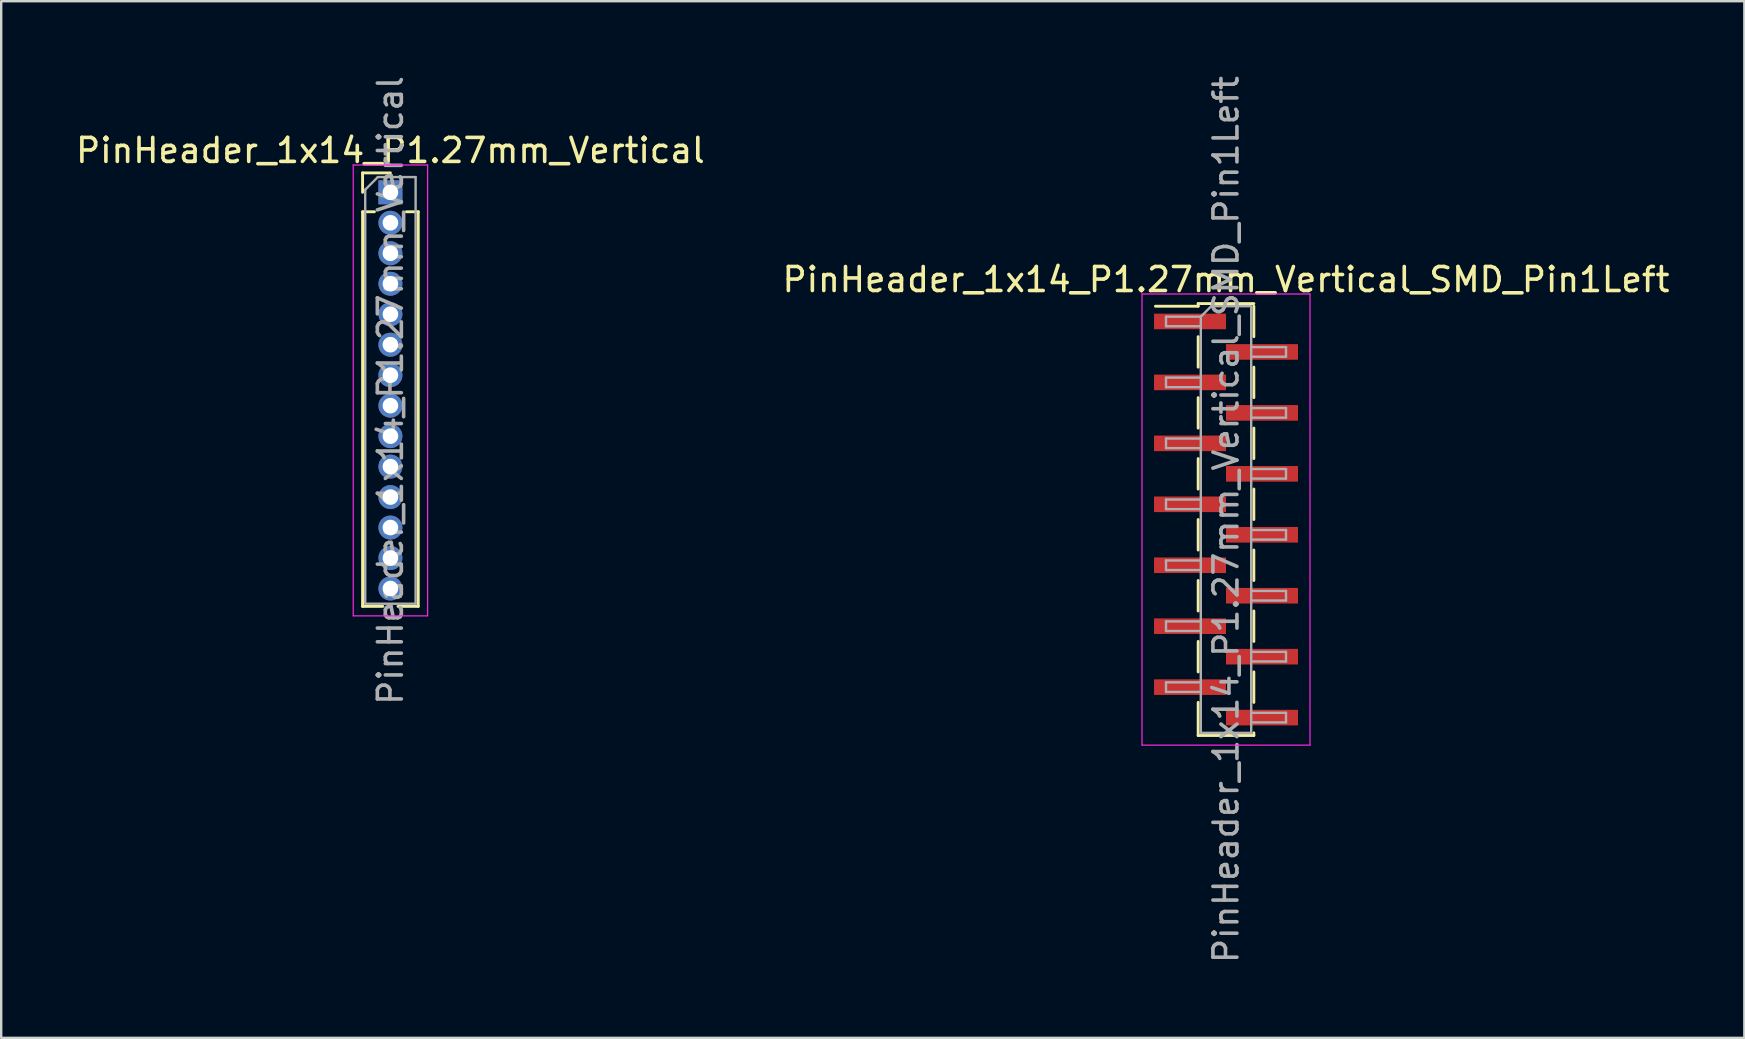
<source format=kicad_pcb>
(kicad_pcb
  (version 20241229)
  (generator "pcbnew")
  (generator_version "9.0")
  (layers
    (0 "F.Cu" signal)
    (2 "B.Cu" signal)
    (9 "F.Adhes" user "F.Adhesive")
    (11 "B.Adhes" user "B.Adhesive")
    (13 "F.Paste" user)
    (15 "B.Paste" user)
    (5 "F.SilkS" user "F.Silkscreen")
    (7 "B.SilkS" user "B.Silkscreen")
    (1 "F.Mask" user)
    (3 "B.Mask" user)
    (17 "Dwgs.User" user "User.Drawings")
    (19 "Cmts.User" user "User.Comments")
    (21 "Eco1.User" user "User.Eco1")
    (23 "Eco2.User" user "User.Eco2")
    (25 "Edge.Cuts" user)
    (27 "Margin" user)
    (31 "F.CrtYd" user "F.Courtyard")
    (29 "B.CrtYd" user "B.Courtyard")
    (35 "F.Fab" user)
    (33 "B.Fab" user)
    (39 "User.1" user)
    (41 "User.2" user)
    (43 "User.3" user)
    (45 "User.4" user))
  (footprint "PinHeader_1x14_P1.27mm_Vertical"
    (layer "F.Cu")
    (at 13.22 4.965)
    (property "Reference" "PinHeader_1x14_P1.27mm_Vertical" (at 0 -1.745 0) (layer "F.SilkS") (effects (font (size 1 1) (thickness 0.15))))
    (attr through_hole)
    (fp_line (start -1.16 -0.81) (end 0 -0.81) (stroke (width 0.12) (type solid)) (layer "F.SilkS"))
    (fp_line (start -1.16 0) (end -1.16 -0.81) (stroke (width 0.12) (type solid)) (layer "F.SilkS"))
    (fp_line (start -1.16 0.81) (end -1.16 17.255) (stroke (width 0.12) (type solid)) (layer "F.SilkS"))
    (fp_line (start -1.16 0.81) (end -0.667 0.81) (stroke (width 0.12) (type solid)) (layer "F.SilkS"))
    (fp_line (start -1.16 17.255) (end -0.318 17.255) (stroke (width 0.12) (type solid)) (layer "F.SilkS"))
    (fp_line (start 0.318 17.255) (end 1.16 17.255) (stroke (width 0.12) (type solid)) (layer "F.SilkS"))
    (fp_line (start 0.667 0.81) (end 1.16 0.81) (stroke (width 0.12) (type solid)) (layer "F.SilkS"))
    (fp_line (start 1.16 0.81) (end 1.16 17.255) (stroke (width 0.12) (type solid)) (layer "F.SilkS"))
    (fp_line (start -1.55 -1.14) (end -1.55 17.65) (stroke (width 0.05) (type solid)) (layer "F.CrtYd"))
    (fp_line (start -1.55 17.65) (end 1.55 17.65) (stroke (width 0.05) (type solid)) (layer "F.CrtYd"))
    (fp_line (start 1.55 -1.14) (end -1.55 -1.14) (stroke (width 0.05) (type solid)) (layer "F.CrtYd"))
    (fp_line (start 1.55 17.65) (end 1.55 -1.14) (stroke (width 0.05) (type solid)) (layer "F.CrtYd"))
    (fp_line (start -1.05 -0.11) (end -0.525 -0.635) (stroke (width 0.1) (type solid)) (layer "F.Fab"))
    (fp_line (start -1.05 17.145) (end -1.05 -0.11) (stroke (width 0.1) (type solid)) (layer "F.Fab"))
    (fp_line (start -0.525 -0.635) (end 1.05 -0.635) (stroke (width 0.1) (type solid)) (layer "F.Fab"))
    (fp_line (start 1.05 -0.635) (end 1.05 17.145) (stroke (width 0.1) (type solid)) (layer "F.Fab"))
    (fp_line (start 1.05 17.145) (end -1.05 17.145) (stroke (width 0.1) (type solid)) (layer "F.Fab"))
    (fp_text user "${REFERENCE}" (at 0 8.255 90) (layer "F.Fab") (effects (font (size 1 1) (thickness 0.15))))
    (pad "1" thru_hole rect (at 0 0) (size 1 1) (drill 0.65) (layers "*.Cu" "*.Mask"))
    (pad "2" thru_hole circle (at 0 1.27) (size 1 1) (drill 0.65) (layers "*.Cu" "*.Mask"))
    (pad "3" thru_hole circle (at 0 2.54) (size 1 1) (drill 0.65) (layers "*.Cu" "*.Mask"))
    (pad "4" thru_hole circle (at 0 3.81) (size 1 1) (drill 0.65) (layers "*.Cu" "*.Mask"))
    (pad "5" thru_hole circle (at 0 5.08) (size 1 1) (drill 0.65) (layers "*.Cu" "*.Mask"))
    (pad "6" thru_hole circle (at 0 6.35) (size 1 1) (drill 0.65) (layers "*.Cu" "*.Mask"))
    (pad "7" thru_hole circle (at 0 7.62) (size 1 1) (drill 0.65) (layers "*.Cu" "*.Mask"))
    (pad "8" thru_hole circle (at 0 8.89) (size 1 1) (drill 0.65) (layers "*.Cu" "*.Mask"))
    (pad "9" thru_hole circle (at 0 10.16) (size 1 1) (drill 0.65) (layers "*.Cu" "*.Mask"))
    (pad "10" thru_hole circle (at 0 11.43) (size 1 1) (drill 0.65) (layers "*.Cu" "*.Mask"))
    (pad "11" thru_hole circle (at 0 12.7) (size 1 1) (drill 0.65) (layers "*.Cu" "*.Mask"))
    (pad "12" thru_hole circle (at 0 13.97) (size 1 1) (drill 0.65) (layers "*.Cu" "*.Mask"))
    (pad "13" thru_hole circle (at 0 15.24) (size 1 1) (drill 0.65) (layers "*.Cu" "*.Mask"))
    (pad "14" thru_hole circle (at 0 16.51) (size 1 1) (drill 0.65) (layers "*.Cu" "*.Mask")))
  (footprint "PinHeader_1x14_P1.27mm_Vertical_SMD_Pin1Left"
    (layer "F.Cu")
    (at 48.042 18.601)
    (property "Reference" "PinHeader_1x14_P1.27mm_Vertical_SMD_Pin1Left" (at 0 -10 0) (layer "F.SilkS") (effects (font (size 1 1) (thickness 0.15))))
    (attr smd)
    (fp_line (start -1.16 -9) (end -1.16 -8.89) (stroke (width 0.12) (type solid)) (layer "F.SilkS"))
    (fp_line (start -1.16 -9) (end 1.16 -9) (stroke (width 0.12) (type solid)) (layer "F.SilkS"))
    (fp_line (start -1.16 -8.89) (end -2.94 -8.89) (stroke (width 0.12) (type solid)) (layer "F.SilkS"))
    (fp_line (start -1.16 -7.62) (end -1.16 -6.35) (stroke (width 0.12) (type solid)) (layer "F.SilkS"))
    (fp_line (start -1.16 -5.08) (end -1.16 -3.81) (stroke (width 0.12) (type solid)) (layer "F.SilkS"))
    (fp_line (start -1.16 -2.54) (end -1.16 -1.27) (stroke (width 0.12) (type solid)) (layer "F.SilkS"))
    (fp_line (start -1.16 0) (end -1.16 1.27) (stroke (width 0.12) (type solid)) (layer "F.SilkS"))
    (fp_line (start -1.16 2.54) (end -1.16 3.81) (stroke (width 0.12) (type solid)) (layer "F.SilkS"))
    (fp_line (start -1.16 5.08) (end -1.16 6.35) (stroke (width 0.12) (type solid)) (layer "F.SilkS"))
    (fp_line (start -1.16 7.62) (end -1.16 9) (stroke (width 0.12) (type solid)) (layer "F.SilkS"))
    (fp_line (start -1.16 9) (end 1.16 9) (stroke (width 0.12) (type solid)) (layer "F.SilkS"))
    (fp_line (start 1.16 -8.89) (end 1.16 -7.62) (stroke (width 0.12) (type solid)) (layer "F.SilkS"))
    (fp_line (start 1.16 -6.35) (end 1.16 -5.08) (stroke (width 0.12) (type solid)) (layer "F.SilkS"))
    (fp_line (start 1.16 -3.81) (end 1.16 -2.54) (stroke (width 0.12) (type solid)) (layer "F.SilkS"))
    (fp_line (start 1.16 -1.27) (end 1.16 0) (stroke (width 0.12) (type solid)) (layer "F.SilkS"))
    (fp_line (start 1.16 1.27) (end 1.16 2.54) (stroke (width 0.12) (type solid)) (layer "F.SilkS"))
    (fp_line (start 1.16 3.81) (end 1.16 5.08) (stroke (width 0.12) (type solid)) (layer "F.SilkS"))
    (fp_line (start 1.16 6.35) (end 1.16 7.62) (stroke (width 0.12) (type solid)) (layer "F.SilkS"))
    (fp_line (start 1.16 8.89) (end 1.16 9) (stroke (width 0.12) (type solid)) (layer "F.SilkS"))
    (fp_line (start -3.5 -9.4) (end -3.5 9.4) (stroke (width 0.05) (type solid)) (layer "F.CrtYd"))
    (fp_line (start -3.5 9.4) (end 3.5 9.4) (stroke (width 0.05) (type solid)) (layer "F.CrtYd"))
    (fp_line (start 3.5 -9.4) (end -3.5 -9.4) (stroke (width 0.05) (type solid)) (layer "F.CrtYd"))
    (fp_line (start 3.5 9.4) (end 3.5 -9.4) (stroke (width 0.05) (type solid)) (layer "F.CrtYd"))
    (fp_line (start -2.5 -8.455) (end -2.5 -8.055) (stroke (width 0.1) (type solid)) (layer "F.Fab"))
    (fp_line (start -2.5 -8.055) (end -1.05 -8.055) (stroke (width 0.1) (type solid)) (layer "F.Fab"))
    (fp_line (start -2.5 -5.915) (end -2.5 -5.515) (stroke (width 0.1) (type solid)) (layer "F.Fab"))
    (fp_line (start -2.5 -5.515) (end -1.05 -5.515) (stroke (width 0.1) (type solid)) (layer "F.Fab"))
    (fp_line (start -2.5 -3.375) (end -2.5 -2.975) (stroke (width 0.1) (type solid)) (layer "F.Fab"))
    (fp_line (start -2.5 -2.975) (end -1.05 -2.975) (stroke (width 0.1) (type solid)) (layer "F.Fab"))
    (fp_line (start -2.5 -0.835) (end -2.5 -0.435) (stroke (width 0.1) (type solid)) (layer "F.Fab"))
    (fp_line (start -2.5 -0.435) (end -1.05 -0.435) (stroke (width 0.1) (type solid)) (layer "F.Fab"))
    (fp_line (start -2.5 1.705) (end -2.5 2.105) (stroke (width 0.1) (type solid)) (layer "F.Fab"))
    (fp_line (start -2.5 2.105) (end -1.05 2.105) (stroke (width 0.1) (type solid)) (layer "F.Fab"))
    (fp_line (start -2.5 4.245) (end -2.5 4.645) (stroke (width 0.1) (type solid)) (layer "F.Fab"))
    (fp_line (start -2.5 4.645) (end -1.05 4.645) (stroke (width 0.1) (type solid)) (layer "F.Fab"))
    (fp_line (start -2.5 6.785) (end -2.5 7.185) (stroke (width 0.1) (type solid)) (layer "F.Fab"))
    (fp_line (start -2.5 7.185) (end -1.05 7.185) (stroke (width 0.1) (type solid)) (layer "F.Fab"))
    (fp_line (start -1.05 -8.455) (end -2.5 -8.455) (stroke (width 0.1) (type solid)) (layer "F.Fab"))
    (fp_line (start -1.05 -8.455) (end -0.615 -8.89) (stroke (width 0.1) (type solid)) (layer "F.Fab"))
    (fp_line (start -1.05 -5.915) (end -2.5 -5.915) (stroke (width 0.1) (type solid)) (layer "F.Fab"))
    (fp_line (start -1.05 -3.375) (end -2.5 -3.375) (stroke (width 0.1) (type solid)) (layer "F.Fab"))
    (fp_line (start -1.05 -0.835) (end -2.5 -0.835) (stroke (width 0.1) (type solid)) (layer "F.Fab"))
    (fp_line (start -1.05 1.705) (end -2.5 1.705) (stroke (width 0.1) (type solid)) (layer "F.Fab"))
    (fp_line (start -1.05 4.245) (end -2.5 4.245) (stroke (width 0.1) (type solid)) (layer "F.Fab"))
    (fp_line (start -1.05 6.785) (end -2.5 6.785) (stroke (width 0.1) (type solid)) (layer "F.Fab"))
    (fp_line (start -1.05 8.89) (end -1.05 -8.455) (stroke (width 0.1) (type solid)) (layer "F.Fab"))
    (fp_line (start -0.615 -8.89) (end 1.05 -8.89) (stroke (width 0.1) (type solid)) (layer "F.Fab"))
    (fp_line (start 1.05 -8.89) (end 1.05 8.89) (stroke (width 0.1) (type solid)) (layer "F.Fab"))
    (fp_line (start 1.05 -7.185) (end 2.5 -7.185) (stroke (width 0.1) (type solid)) (layer "F.Fab"))
    (fp_line (start 1.05 -4.645) (end 2.5 -4.645) (stroke (width 0.1) (type solid)) (layer "F.Fab"))
    (fp_line (start 1.05 -2.105) (end 2.5 -2.105) (stroke (width 0.1) (type solid)) (layer "F.Fab"))
    (fp_line (start 1.05 0.435) (end 2.5 0.435) (stroke (width 0.1) (type solid)) (layer "F.Fab"))
    (fp_line (start 1.05 2.975) (end 2.5 2.975) (stroke (width 0.1) (type solid)) (layer "F.Fab"))
    (fp_line (start 1.05 5.515) (end 2.5 5.515) (stroke (width 0.1) (type solid)) (layer "F.Fab"))
    (fp_line (start 1.05 8.055) (end 2.5 8.055) (stroke (width 0.1) (type solid)) (layer "F.Fab"))
    (fp_line (start 1.05 8.89) (end -1.05 8.89) (stroke (width 0.1) (type solid)) (layer "F.Fab"))
    (fp_line (start 2.5 -7.185) (end 2.5 -6.785) (stroke (width 0.1) (type solid)) (layer "F.Fab"))
    (fp_line (start 2.5 -6.785) (end 1.05 -6.785) (stroke (width 0.1) (type solid)) (layer "F.Fab"))
    (fp_line (start 2.5 -4.645) (end 2.5 -4.245) (stroke (width 0.1) (type solid)) (layer "F.Fab"))
    (fp_line (start 2.5 -4.245) (end 1.05 -4.245) (stroke (width 0.1) (type solid)) (layer "F.Fab"))
    (fp_line (start 2.5 -2.105) (end 2.5 -1.705) (stroke (width 0.1) (type solid)) (layer "F.Fab"))
    (fp_line (start 2.5 -1.705) (end 1.05 -1.705) (stroke (width 0.1) (type solid)) (layer "F.Fab"))
    (fp_line (start 2.5 0.435) (end 2.5 0.835) (stroke (width 0.1) (type solid)) (layer "F.Fab"))
    (fp_line (start 2.5 0.835) (end 1.05 0.835) (stroke (width 0.1) (type solid)) (layer "F.Fab"))
    (fp_line (start 2.5 2.975) (end 2.5 3.375) (stroke (width 0.1) (type solid)) (layer "F.Fab"))
    (fp_line (start 2.5 3.375) (end 1.05 3.375) (stroke (width 0.1) (type solid)) (layer "F.Fab"))
    (fp_line (start 2.5 5.515) (end 2.5 5.915) (stroke (width 0.1) (type solid)) (layer "F.Fab"))
    (fp_line (start 2.5 5.915) (end 1.05 5.915) (stroke (width 0.1) (type solid)) (layer "F.Fab"))
    (fp_line (start 2.5 8.055) (end 2.5 8.455) (stroke (width 0.1) (type solid)) (layer "F.Fab"))
    (fp_line (start 2.5 8.455) (end 1.05 8.455) (stroke (width 0.1) (type solid)) (layer "F.Fab"))
    (fp_text user "${REFERENCE}" (at 0 0 90) (layer "F.Fab") (effects (font (size 1 1) (thickness 0.15))))
    (pad "1" smd rect (at -1.5 -8.255) (size 3 0.65) (layers "F.Cu" "F.Mask" "F.Paste"))
    (pad "2" smd rect (at 1.5 -6.985) (size 3 0.65) (layers "F.Cu" "F.Mask" "F.Paste"))
    (pad "3" smd rect (at -1.5 -5.715) (size 3 0.65) (layers "F.Cu" "F.Mask" "F.Paste"))
    (pad "4" smd rect (at 1.5 -4.445) (size 3 0.65) (layers "F.Cu" "F.Mask" "F.Paste"))
    (pad "5" smd rect (at -1.5 -3.175) (size 3 0.65) (layers "F.Cu" "F.Mask" "F.Paste"))
    (pad "6" smd rect (at 1.5 -1.905) (size 3 0.65) (layers "F.Cu" "F.Mask" "F.Paste"))
    (pad "7" smd rect (at -1.5 -0.635) (size 3 0.65) (layers "F.Cu" "F.Mask" "F.Paste"))
    (pad "8" smd rect (at 1.5 0.635) (size 3 0.65) (layers "F.Cu" "F.Mask" "F.Paste"))
    (pad "9" smd rect (at -1.5 1.905) (size 3 0.65) (layers "F.Cu" "F.Mask" "F.Paste"))
    (pad "10" smd rect (at 1.5 3.175) (size 3 0.65) (layers "F.Cu" "F.Mask" "F.Paste"))
    (pad "11" smd rect (at -1.5 4.445) (size 3 0.65) (layers "F.Cu" "F.Mask" "F.Paste"))
    (pad "12" smd rect (at 1.5 5.715) (size 3 0.65) (layers "F.Cu" "F.Mask" "F.Paste"))
    (pad "13" smd rect (at -1.5 6.985) (size 3 0.65) (layers "F.Cu" "F.Mask" "F.Paste"))
    (pad "14" smd rect (at 1.5 8.255) (size 3 0.65) (layers "F.Cu" "F.Mask" "F.Paste")))
  (gr_rect
    (start -3 -3)
    (end 69.643 40.202)
    (stroke (width 0.1) (type default))
    (fill no)
    (layer "Edge.Cuts")))
</source>
